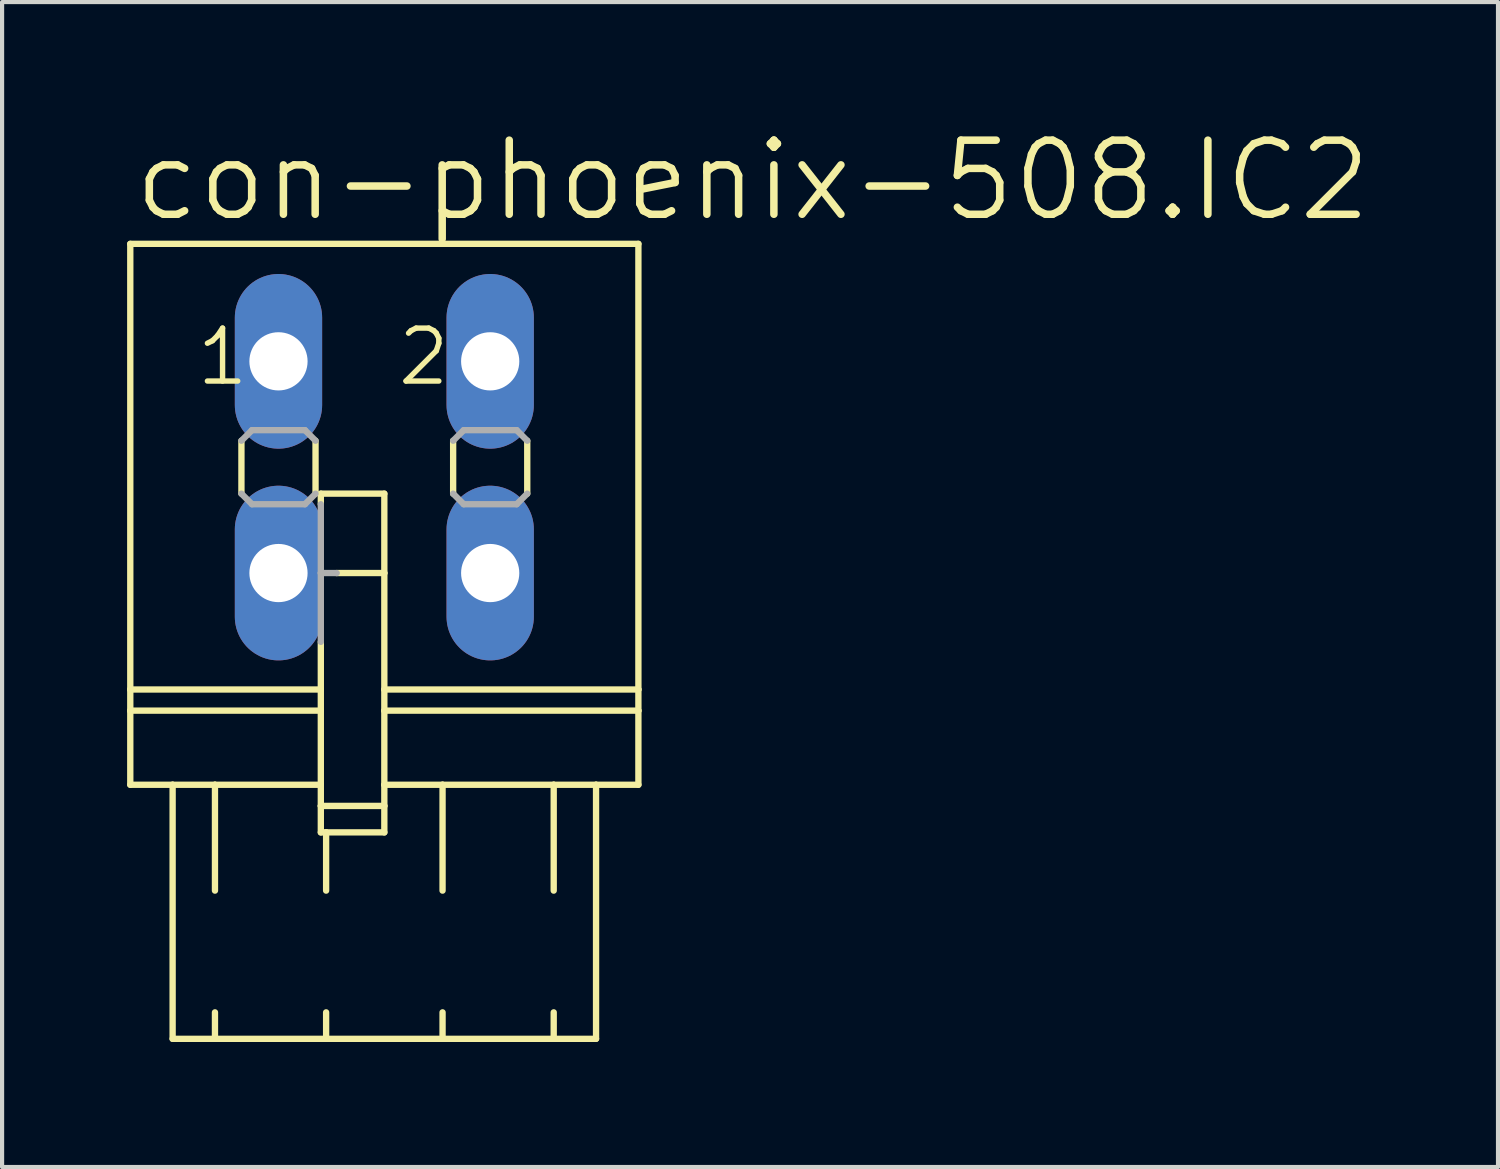
<source format=kicad_pcb>
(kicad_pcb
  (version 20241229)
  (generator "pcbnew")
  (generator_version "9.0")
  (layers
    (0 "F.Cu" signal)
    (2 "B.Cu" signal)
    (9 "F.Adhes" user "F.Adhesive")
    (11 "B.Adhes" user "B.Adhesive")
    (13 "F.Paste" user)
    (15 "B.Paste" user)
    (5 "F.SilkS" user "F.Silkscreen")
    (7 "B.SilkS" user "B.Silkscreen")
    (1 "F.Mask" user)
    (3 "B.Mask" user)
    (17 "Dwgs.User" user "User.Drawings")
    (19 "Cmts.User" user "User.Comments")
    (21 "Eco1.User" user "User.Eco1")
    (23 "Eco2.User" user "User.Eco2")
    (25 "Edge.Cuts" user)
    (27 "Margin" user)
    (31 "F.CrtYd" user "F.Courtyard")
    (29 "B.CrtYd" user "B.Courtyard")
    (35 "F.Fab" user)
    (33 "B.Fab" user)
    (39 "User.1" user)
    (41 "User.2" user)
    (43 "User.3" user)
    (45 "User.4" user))
  (footprint "con-phoenix-508.IC2"
    (layer "F.Cu")
    (at 6.172 8.16)
    (property "Reference" "con-phoenix-508.IC2" (at -6.096 -5.842 0) (layer "F.SilkS") (effects (font (size 1.778 1.778) (thickness 0.18)) (justify left bottom)))
    (attr through_hole)
    (fp_line (start -6.096 -5.359) (end -6.096 5.334) (stroke (width 0.152) (type default)) (layer "F.SilkS"))
    (fp_line (start -6.096 -5.359) (end 6.096 -5.359) (stroke (width 0.152) (type default)) (layer "F.SilkS"))
    (fp_line (start -6.096 5.334) (end -6.096 5.842) (stroke (width 0.152) (type default)) (layer "F.SilkS"))
    (fp_line (start -6.096 5.334) (end -1.524 5.334) (stroke (width 0.152) (type default)) (layer "F.SilkS"))
    (fp_line (start -6.096 5.842) (end -6.096 7.62) (stroke (width 0.152) (type default)) (layer "F.SilkS"))
    (fp_line (start -6.096 5.842) (end -1.524 5.842) (stroke (width 0.152) (type default)) (layer "F.SilkS"))
    (fp_line (start -6.096 7.62) (end -5.08 7.62) (stroke (width 0.152) (type default)) (layer "F.SilkS"))
    (fp_line (start -5.08 7.62) (end -5.08 13.716) (stroke (width 0.152) (type default)) (layer "F.SilkS"))
    (fp_line (start -5.08 7.62) (end -4.064 7.62) (stroke (width 0.152) (type default)) (layer "F.SilkS"))
    (fp_line (start -5.08 13.716) (end -4.064 13.716) (stroke (width 0.152) (type default)) (layer "F.SilkS"))
    (fp_line (start -4.064 7.62) (end -4.064 10.16) (stroke (width 0.152) (type default)) (layer "F.SilkS"))
    (fp_line (start -4.064 7.62) (end -1.524 7.62) (stroke (width 0.152) (type default)) (layer "F.SilkS"))
    (fp_line (start -4.064 13.081) (end -4.064 13.716) (stroke (width 0.152) (type default)) (layer "F.SilkS"))
    (fp_line (start -4.064 13.716) (end -1.397 13.716) (stroke (width 0.152) (type default)) (layer "F.SilkS"))
    (fp_line (start -3.429 -0.635) (end -3.429 0.635) (stroke (width 0.152) (type default)) (layer "F.SilkS"))
    (fp_line (start -1.651 -0.635) (end -1.651 0.635) (stroke (width 0.152) (type default)) (layer "F.SilkS"))
    (fp_line (start -1.524 0.635) (end -1.524 0.889) (stroke (width 0.152) (type default)) (layer "F.SilkS"))
    (fp_line (start -1.524 0.635) (end 0 0.635) (stroke (width 0.152) (type default)) (layer "F.SilkS"))
    (fp_line (start -1.524 4.191) (end -1.524 5.334) (stroke (width 0.152) (type default)) (layer "F.SilkS"))
    (fp_line (start -1.524 5.842) (end -1.524 5.334) (stroke (width 0.152) (type default)) (layer "F.SilkS"))
    (fp_line (start -1.524 7.62) (end -1.524 5.842) (stroke (width 0.152) (type default)) (layer "F.SilkS"))
    (fp_line (start -1.524 8.128) (end -1.524 7.62) (stroke (width 0.152) (type default)) (layer "F.SilkS"))
    (fp_line (start -1.524 8.128) (end 0 8.128) (stroke (width 0.152) (type default)) (layer "F.SilkS"))
    (fp_line (start -1.524 8.763) (end -1.524 8.128) (stroke (width 0.152) (type default)) (layer "F.SilkS"))
    (fp_line (start -1.397 8.763) (end -1.524 8.763) (stroke (width 0.152) (type default)) (layer "F.SilkS"))
    (fp_line (start -1.397 8.763) (end -1.397 10.16) (stroke (width 0.152) (type default)) (layer "F.SilkS"))
    (fp_line (start -1.397 13.081) (end -1.397 13.716) (stroke (width 0.152) (type default)) (layer "F.SilkS"))
    (fp_line (start -1.397 13.716) (end 1.397 13.716) (stroke (width 0.152) (type default)) (layer "F.SilkS"))
    (fp_line (start 0 0.635) (end 0 2.54) (stroke (width 0.152) (type default)) (layer "F.SilkS"))
    (fp_line (start 0 2.54) (end -1.143 2.54) (stroke (width 0.152) (type default)) (layer "F.SilkS"))
    (fp_line (start 0 2.54) (end 0 5.334) (stroke (width 0.152) (type default)) (layer "F.SilkS"))
    (fp_line (start 0 5.334) (end 0 5.842) (stroke (width 0.152) (type default)) (layer "F.SilkS"))
    (fp_line (start 0 5.334) (end 6.096 5.334) (stroke (width 0.152) (type default)) (layer "F.SilkS"))
    (fp_line (start 0 5.842) (end 0 7.62) (stroke (width 0.152) (type default)) (layer "F.SilkS"))
    (fp_line (start 0 5.842) (end 6.096 5.842) (stroke (width 0.152) (type default)) (layer "F.SilkS"))
    (fp_line (start 0 7.62) (end 0 8.128) (stroke (width 0.152) (type default)) (layer "F.SilkS"))
    (fp_line (start 0 7.62) (end 1.397 7.62) (stroke (width 0.152) (type default)) (layer "F.SilkS"))
    (fp_line (start 0 8.128) (end 0 8.763) (stroke (width 0.152) (type default)) (layer "F.SilkS"))
    (fp_line (start 0 8.763) (end -1.397 8.763) (stroke (width 0.152) (type default)) (layer "F.SilkS"))
    (fp_line (start 1.397 7.62) (end 1.397 10.16) (stroke (width 0.152) (type default)) (layer "F.SilkS"))
    (fp_line (start 1.397 7.62) (end 4.064 7.62) (stroke (width 0.152) (type default)) (layer "F.SilkS"))
    (fp_line (start 1.397 13.081) (end 1.397 13.716) (stroke (width 0.152) (type default)) (layer "F.SilkS"))
    (fp_line (start 1.397 13.716) (end 4.064 13.716) (stroke (width 0.152) (type default)) (layer "F.SilkS"))
    (fp_line (start 1.651 -0.635) (end 1.651 0.635) (stroke (width 0.152) (type default)) (layer "F.SilkS"))
    (fp_line (start 3.429 -0.635) (end 3.429 0.635) (stroke (width 0.152) (type default)) (layer "F.SilkS"))
    (fp_line (start 4.064 7.62) (end 4.064 10.16) (stroke (width 0.152) (type default)) (layer "F.SilkS"))
    (fp_line (start 4.064 7.62) (end 5.08 7.62) (stroke (width 0.152) (type default)) (layer "F.SilkS"))
    (fp_line (start 4.064 13.081) (end 4.064 13.716) (stroke (width 0.152) (type default)) (layer "F.SilkS"))
    (fp_line (start 4.064 13.716) (end 5.08 13.716) (stroke (width 0.152) (type default)) (layer "F.SilkS"))
    (fp_line (start 5.08 7.62) (end 5.08 13.716) (stroke (width 0.152) (type default)) (layer "F.SilkS"))
    (fp_line (start 5.08 7.62) (end 6.096 7.62) (stroke (width 0.152) (type default)) (layer "F.SilkS"))
    (fp_line (start 6.096 -5.359) (end 6.096 5.334) (stroke (width 0.152) (type default)) (layer "F.SilkS"))
    (fp_line (start 6.096 5.334) (end 6.096 5.842) (stroke (width 0.152) (type default)) (layer "F.SilkS"))
    (fp_line (start 6.096 5.842) (end 6.096 7.62) (stroke (width 0.152) (type default)) (layer "F.SilkS"))
    (fp_line (start -3.429 -0.635) (end -3.175 -0.889) (stroke (width 0.152) (type default)) (layer "F.Fab"))
    (fp_line (start -3.175 -0.889) (end -1.905 -0.889) (stroke (width 0.152) (type default)) (layer "F.Fab"))
    (fp_line (start -3.175 0.889) (end -3.429 0.635) (stroke (width 0.152) (type default)) (layer "F.Fab"))
    (fp_line (start -1.905 -0.889) (end -1.651 -0.635) (stroke (width 0.152) (type default)) (layer "F.Fab"))
    (fp_line (start -1.905 0.889) (end -3.175 0.889) (stroke (width 0.152) (type default)) (layer "F.Fab"))
    (fp_line (start -1.651 0.635) (end -1.905 0.889) (stroke (width 0.152) (type default)) (layer "F.Fab"))
    (fp_line (start -1.524 2.54) (end -1.524 0.889) (stroke (width 0.152) (type default)) (layer "F.Fab"))
    (fp_line (start -1.524 2.54) (end -1.143 2.54) (stroke (width 0.152) (type default)) (layer "F.Fab"))
    (fp_line (start -1.524 4.191) (end -1.524 2.54) (stroke (width 0.152) (type default)) (layer "F.Fab"))
    (fp_line (start 1.651 -0.635) (end 1.905 -0.889) (stroke (width 0.152) (type default)) (layer "F.Fab"))
    (fp_line (start 1.905 -0.889) (end 3.175 -0.889) (stroke (width 0.152) (type default)) (layer "F.Fab"))
    (fp_line (start 1.905 0.889) (end 1.651 0.635) (stroke (width 0.152) (type default)) (layer "F.Fab"))
    (fp_line (start 3.175 -0.889) (end 3.429 -0.635) (stroke (width 0.152) (type default)) (layer "F.Fab"))
    (fp_line (start 3.175 0.889) (end 1.905 0.889) (stroke (width 0.152) (type default)) (layer "F.Fab"))
    (fp_line (start 3.429 0.635) (end 3.175 0.889) (stroke (width 0.152) (type default)) (layer "F.Fab"))
    (fp_text user "2" (at 0.254 -1.905 0) (layer "F.SilkS") (effects (font (size 1.27 1.27) (thickness 0.13)) (justify left bottom)))
    (fp_text user "1" (at -4.572 -1.905 0) (layer "F.SilkS") (effects (font (size 1.27 1.27) (thickness 0.13)) (justify left bottom)))
    (pad "1" thru_hole oval (at -2.54 -2.54 90) (size 4.191 2.095) (drill 1.397) (layers "*.Cu" "*.Mask"))
    (pad "1A" thru_hole oval (at -2.54 2.54 90) (size 4.191 2.095) (drill 1.397) (layers "*.Cu" "*.Mask"))
    (pad "2" thru_hole oval (at 2.54 -2.54 90) (size 4.191 2.095) (drill 1.397) (layers "*.Cu" "*.Mask"))
    (pad "2A" thru_hole oval (at 2.54 2.54 90) (size 4.191 2.095) (drill 1.397) (layers "*.Cu" "*.Mask")))
  (gr_rect
    (start -3 -3)
    (end 32.894 24.952)
    (stroke (width 0.1) (type default))
    (fill no)
    (layer "Edge.Cuts")))
</source>
